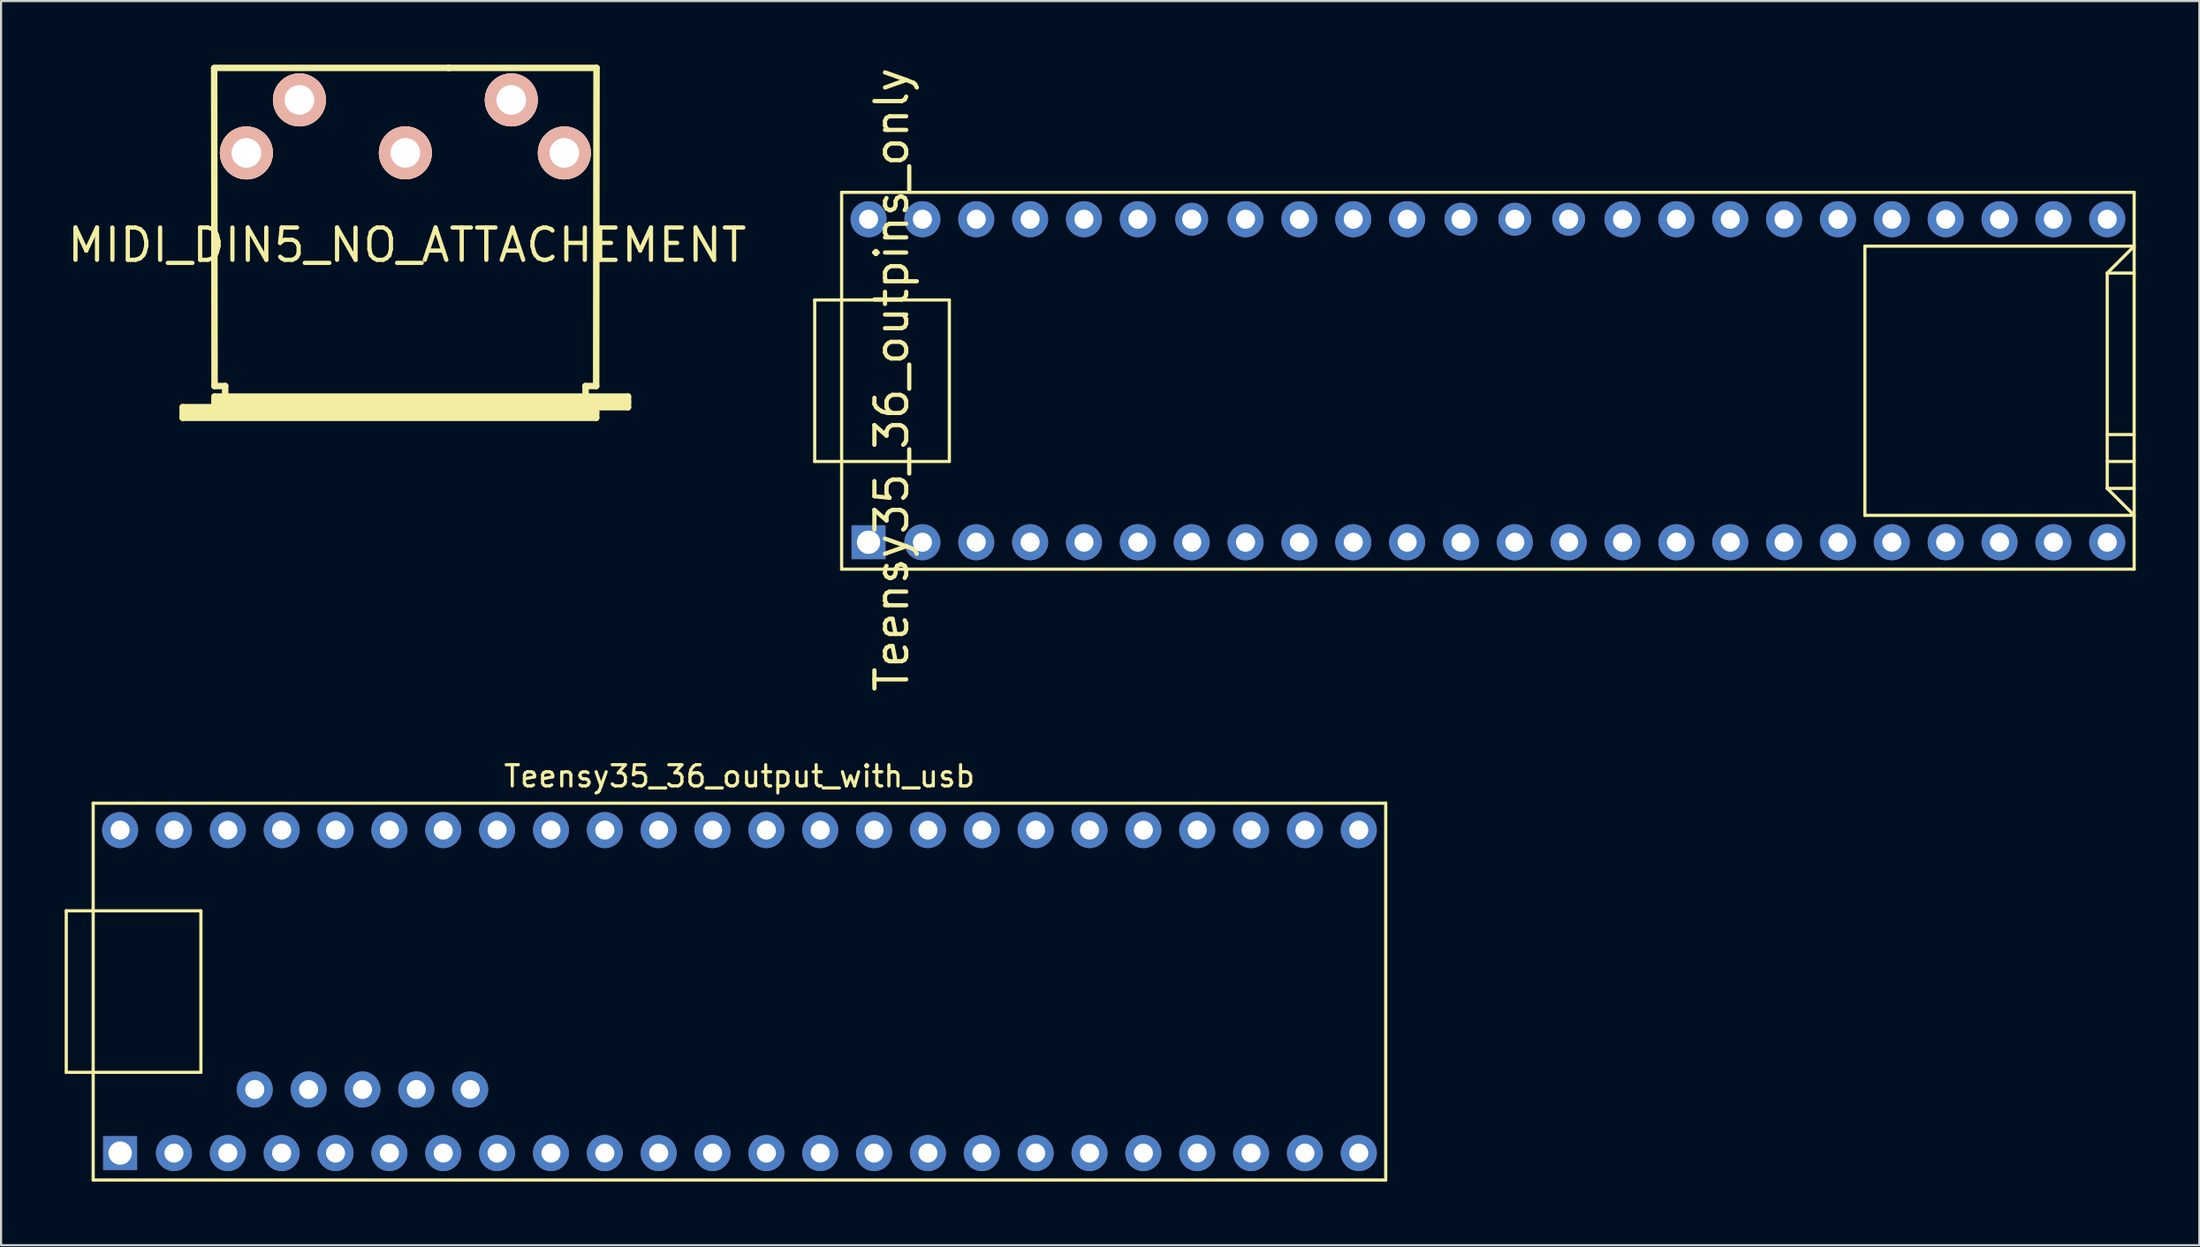
<source format=kicad_pcb>
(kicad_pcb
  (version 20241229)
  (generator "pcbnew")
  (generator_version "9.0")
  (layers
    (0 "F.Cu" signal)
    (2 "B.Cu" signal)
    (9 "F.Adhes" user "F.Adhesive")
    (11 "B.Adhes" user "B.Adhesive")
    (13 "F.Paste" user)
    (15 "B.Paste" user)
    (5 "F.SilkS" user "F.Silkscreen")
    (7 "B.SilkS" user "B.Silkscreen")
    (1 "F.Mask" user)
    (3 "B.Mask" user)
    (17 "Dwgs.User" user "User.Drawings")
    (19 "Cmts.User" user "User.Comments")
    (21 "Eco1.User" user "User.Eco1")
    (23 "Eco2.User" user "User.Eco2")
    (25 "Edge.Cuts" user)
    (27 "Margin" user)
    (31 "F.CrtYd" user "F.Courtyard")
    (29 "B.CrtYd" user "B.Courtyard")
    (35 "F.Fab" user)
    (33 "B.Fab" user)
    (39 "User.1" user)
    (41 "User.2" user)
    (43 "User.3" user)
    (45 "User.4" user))
  (footprint "MIDI_DIN5_NO_ATTACHEMENT"
    (layer "F.Cu")
    (at 16.068 7.163)
    (property "Reference" "MIDI_DIN5_NO_ATTACHEMENT" (at 0.081 1.351 0) (layer "F.SilkS") (effects (font (size 1.524 1.524) (thickness 0.2))))
    (attr through_hole)
    (fp_line (start -10.5 8.999) (end -8.999 8.999) (stroke (width 0.305) (type solid)) (layer "F.SilkS"))
    (fp_line (start -10.5 9.251) (end 8.999 9.251) (stroke (width 0.305) (type solid)) (layer "F.SilkS"))
    (fp_line (start -10.5 9.5) (end -10.5 8.999) (stroke (width 0.305) (type solid)) (layer "F.SilkS"))
    (fp_line (start -9.017 -7.01) (end 2.083 -7.01) (stroke (width 0.305) (type solid)) (layer "F.SilkS"))
    (fp_line (start -9.017 -6.985) (end -8.999 8.001) (stroke (width 0.305) (type solid)) (layer "F.SilkS"))
    (fp_line (start -8.999 8.001) (end -8.499 8.001) (stroke (width 0.305) (type solid)) (layer "F.SilkS"))
    (fp_line (start -8.999 8.499) (end 10.5 8.499) (stroke (width 0.305) (type solid)) (layer "F.SilkS"))
    (fp_line (start -8.999 8.75) (end 10.5 8.75) (stroke (width 0.305) (type solid)) (layer "F.SilkS"))
    (fp_line (start -8.999 8.999) (end -8.999 8.499) (stroke (width 0.305) (type solid)) (layer "F.SilkS"))
    (fp_line (start -8.499 8.001) (end -8.499 8.499) (stroke (width 0.305) (type solid)) (layer "F.SilkS"))
    (fp_line (start 8.499 8.499) (end 8.499 8.001) (stroke (width 0.305) (type solid)) (layer "F.SilkS"))
    (fp_line (start 8.999 8.001) (end 8.499 8.001) (stroke (width 0.305) (type solid)) (layer "F.SilkS"))
    (fp_line (start 8.999 8.999) (end -8.999 8.999) (stroke (width 0.305) (type solid)) (layer "F.SilkS"))
    (fp_line (start 8.999 8.999) (end 8.999 9.5) (stroke (width 0.305) (type solid)) (layer "F.SilkS"))
    (fp_line (start 8.999 9.5) (end -10.5 9.5) (stroke (width 0.305) (type solid)) (layer "F.SilkS"))
    (fp_line (start 9.017 -7.01) (end 2.032 -7.01) (stroke (width 0.305) (type solid)) (layer "F.SilkS"))
    (fp_line (start 9.017 -7.01) (end 8.999 8.001) (stroke (width 0.305) (type solid)) (layer "F.SilkS"))
    (fp_line (start 10.5 8.499) (end 10.5 8.999) (stroke (width 0.305) (type solid)) (layer "F.SilkS"))
    (fp_line (start 10.5 8.999) (end 8.999 8.999) (stroke (width 0.305) (type solid)) (layer "F.SilkS"))
    (pad "1" thru_hole circle (at 7.498 -2.997) (size 2.499 2.499) (drill 1.397) (layers "*.Cu" "*.SilkS" "*.Mask"))
    (pad "2" thru_hole circle (at 0 -3) (size 2.499 2.499) (drill 1.397) (layers "*.Cu" "*.SilkS" "*.Mask"))
    (pad "3" thru_hole circle (at -7.498 -2.997) (size 2.499 2.499) (drill 1.397) (layers "*.Cu" "*.SilkS" "*.Mask"))
    (pad "4" thru_hole circle (at 4.996 -5.499) (size 2.499 2.499) (drill 1.397) (layers "*.Cu" "*.SilkS" "*.Mask"))
    (pad "5" thru_hole circle (at -4.996 -5.499) (size 2.499 2.499) (drill 1.397) (layers "*.Cu" "*.SilkS" "*.Mask")))
  (footprint "Teensy35_36_outpins_only"
    (layer "F.Cu")
    (at 67.124 14.915)
    (property "Reference" "Teensy35_36_outpins_only" (at -28.118 -0.051 90) (layer "F.SilkS") (effects (font (size 1.5 1.5) (thickness 0.2))))
    (attr through_hole)
    (fp_line (start -31.75 -3.81) (end -30.48 -3.81) (stroke (width 0.15) (type solid)) (layer "F.SilkS"))
    (fp_line (start -31.75 3.81) (end -31.75 -3.81) (stroke (width 0.15) (type solid)) (layer "F.SilkS"))
    (fp_line (start -30.48 3.81) (end -31.75 3.81) (stroke (width 0.15) (type solid)) (layer "F.SilkS"))
    (fp_line (start -30.48 8.89) (end -30.48 -8.89) (stroke (width 0.15) (type solid)) (layer "F.SilkS"))
    (fp_line (start -30.48 8.89) (end 30.48 8.89) (stroke (width 0.15) (type solid)) (layer "F.SilkS"))
    (fp_line (start -25.4 -3.81) (end -30.48 -3.81) (stroke (width 0.15) (type solid)) (layer "F.SilkS"))
    (fp_line (start -25.4 3.81) (end -30.48 3.81) (stroke (width 0.15) (type solid)) (layer "F.SilkS"))
    (fp_line (start -25.4 3.81) (end -25.4 -3.81) (stroke (width 0.15) (type solid)) (layer "F.SilkS"))
    (fp_line (start 17.78 -6.35) (end 17.78 6.35) (stroke (width 0.15) (type solid)) (layer "F.SilkS"))
    (fp_line (start 17.78 6.35) (end 30.48 6.35) (stroke (width 0.15) (type solid)) (layer "F.SilkS"))
    (fp_line (start 29.21 -5.08) (end 30.48 -6.35) (stroke (width 0.15) (type solid)) (layer "F.SilkS"))
    (fp_line (start 29.21 -5.08) (end 30.48 -5.08) (stroke (width 0.15) (type solid)) (layer "F.SilkS"))
    (fp_line (start 29.21 2.54) (end 30.48 2.54) (stroke (width 0.15) (type solid)) (layer "F.SilkS"))
    (fp_line (start 29.21 3.81) (end 30.48 3.81) (stroke (width 0.15) (type solid)) (layer "F.SilkS"))
    (fp_line (start 29.21 5.08) (end 29.21 -5.08) (stroke (width 0.15) (type solid)) (layer "F.SilkS"))
    (fp_line (start 29.21 5.08) (end 30.48 5.08) (stroke (width 0.15) (type solid)) (layer "F.SilkS"))
    (fp_line (start 30.48 -8.89) (end -30.48 -8.89) (stroke (width 0.15) (type solid)) (layer "F.SilkS"))
    (fp_line (start 30.48 -8.89) (end 30.48 8.89) (stroke (width 0.15) (type solid)) (layer "F.SilkS"))
    (fp_line (start 30.48 -6.35) (end 17.78 -6.35) (stroke (width 0.15) (type solid)) (layer "F.SilkS"))
    (fp_line (start 30.48 6.35) (end 29.21 5.08) (stroke (width 0.15) (type solid)) (layer "F.SilkS"))
    (pad "1" thru_hole rect (at -29.21 7.62) (size 1.6 1.6) (drill 1.1) (layers "*.Cu" "*.Mask"))
    (pad "2" thru_hole circle (at -26.67 7.62) (size 1.7 1.7) (drill 0.9) (layers "*.Cu" "*.Mask"))
    (pad "3" thru_hole circle (at -24.13 7.62) (size 1.7 1.7) (drill 0.9) (layers "*.Cu" "*.Mask"))
    (pad "4" thru_hole circle (at -21.59 7.62) (size 1.7 1.7) (drill 0.9) (layers "*.Cu" "*.Mask"))
    (pad "5" thru_hole circle (at -19.05 7.62) (size 1.7 1.7) (drill 0.9) (layers "*.Cu" "*.Mask"))
    (pad "6" thru_hole circle (at -16.51 7.62) (size 1.7 1.7) (drill 0.9) (layers "*.Cu" "*.Mask"))
    (pad "7" thru_hole circle (at -13.97 7.62) (size 1.7 1.7) (drill 0.9) (layers "*.Cu" "*.Mask"))
    (pad "8" thru_hole circle (at -11.43 7.62) (size 1.7 1.7) (drill 0.9) (layers "*.Cu" "*.Mask"))
    (pad "9" thru_hole circle (at -8.89 7.62) (size 1.7 1.7) (drill 0.9) (layers "*.Cu" "*.Mask"))
    (pad "10" thru_hole circle (at -6.35 7.62) (size 1.7 1.7) (drill 0.9) (layers "*.Cu" "*.Mask"))
    (pad "11" thru_hole circle (at -3.81 7.62) (size 1.7 1.7) (drill 0.9) (layers "*.Cu" "*.Mask"))
    (pad "12" thru_hole circle (at -1.27 7.62) (size 1.7 1.7) (drill 0.9) (layers "*.Cu" "*.Mask"))
    (pad "13" thru_hole circle (at 1.27 7.62) (size 1.7 1.7) (drill 0.9) (layers "*.Cu" "*.Mask"))
    (pad "14" thru_hole circle (at 3.81 7.62) (size 1.7 1.7) (drill 0.9) (layers "*.Cu" "*.Mask"))
    (pad "15" thru_hole circle (at 6.35 7.62) (size 1.7 1.7) (drill 0.9) (layers "*.Cu" "*.Mask"))
    (pad "16" thru_hole circle (at 8.89 7.62) (size 1.7 1.7) (drill 0.9) (layers "*.Cu" "*.Mask"))
    (pad "17" thru_hole circle (at 11.43 7.62) (size 1.7 1.7) (drill 0.9) (layers "*.Cu" "*.Mask"))
    (pad "18" thru_hole circle (at 13.97 7.62) (size 1.7 1.7) (drill 0.9) (layers "*.Cu" "*.Mask"))
    (pad "19" thru_hole circle (at 16.51 7.62) (size 1.7 1.7) (drill 0.9) (layers "*.Cu" "*.Mask"))
    (pad "20" thru_hole circle (at 19.05 7.62) (size 1.7 1.7) (drill 0.9) (layers "*.Cu" "*.Mask"))
    (pad "21" thru_hole circle (at 21.59 7.62) (size 1.7 1.7) (drill 0.9) (layers "*.Cu" "*.Mask"))
    (pad "22" thru_hole circle (at 24.13 7.62) (size 1.7 1.7) (drill 0.9) (layers "*.Cu" "*.Mask"))
    (pad "23" thru_hole circle (at 26.67 7.62) (size 1.7 1.7) (drill 0.9) (layers "*.Cu" "*.Mask"))
    (pad "24" thru_hole circle (at 29.21 7.62) (size 1.7 1.7) (drill 0.9) (layers "*.Cu" "*.Mask"))
    (pad "30" thru_hole circle (at 29.21 -7.62) (size 1.7 1.7) (drill 0.9) (layers "*.Cu" "*.Mask"))
    (pad "31" thru_hole circle (at 26.67 -7.62) (size 1.7 1.7) (drill 0.9) (layers "*.Cu" "*.Mask"))
    (pad "32" thru_hole circle (at 24.13 -7.62) (size 1.7 1.7) (drill 0.9) (layers "*.Cu" "*.Mask"))
    (pad "33" thru_hole circle (at 21.59 -7.62) (size 1.7 1.7) (drill 0.9) (layers "*.Cu" "*.Mask"))
    (pad "34" thru_hole circle (at 19.05 -7.62) (size 1.7 1.7) (drill 0.9) (layers "*.Cu" "*.Mask"))
    (pad "35" thru_hole circle (at 16.51 -7.62) (size 1.7 1.7) (drill 0.9) (layers "*.Cu" "*.Mask"))
    (pad "36" thru_hole circle (at 13.97 -7.62) (size 1.7 1.7) (drill 0.9) (layers "*.Cu" "*.Mask"))
    (pad "37" thru_hole circle (at 11.43 -7.62) (size 1.7 1.7) (drill 0.9) (layers "*.Cu" "*.Mask"))
    (pad "38" thru_hole circle (at 8.89 -7.62) (size 1.7 1.7) (drill 0.9) (layers "*.Cu" "*.Mask"))
    (pad "39" thru_hole circle (at 6.35 -7.62) (size 1.7 1.7) (drill 0.9) (layers "*.Cu" "*.Mask"))
    (pad "40" thru_hole circle (at 3.81 -7.62) (size 1.55 1.55) (drill 0.9) (layers "*.Cu" "*.Mask"))
    (pad "41" thru_hole circle (at 1.27 -7.62) (size 1.55 1.55) (drill 0.9) (layers "*.Cu" "*.Mask"))
    (pad "42" thru_hole circle (at -1.27 -7.62) (size 1.55 1.55) (drill 0.9) (layers "*.Cu" "*.Mask"))
    (pad "43" thru_hole circle (at -3.81 -7.62) (size 1.7 1.7) (drill 0.9) (layers "*.Cu" "*.Mask"))
    (pad "44" thru_hole circle (at -6.35 -7.62) (size 1.7 1.7) (drill 0.9) (layers "*.Cu" "*.Mask"))
    (pad "45" thru_hole circle (at -8.89 -7.62) (size 1.7 1.7) (drill 0.9) (layers "*.Cu" "*.Mask"))
    (pad "46" thru_hole circle (at -11.43 -7.62) (size 1.7 1.7) (drill 0.9) (layers "*.Cu" "*.Mask"))
    (pad "47" thru_hole circle (at -13.97 -7.62) (size 1.55 1.55) (drill 0.9) (layers "*.Cu" "*.Mask"))
    (pad "48" thru_hole circle (at -16.51 -7.62) (size 1.7 1.7) (drill 0.9) (layers "*.Cu" "*.Mask"))
    (pad "49" thru_hole circle (at -19.05 -7.62) (size 1.7 1.7) (drill 0.9) (layers "*.Cu" "*.Mask"))
    (pad "50" thru_hole circle (at -21.59 -7.62) (size 1.7 1.7) (drill 0.9) (layers "*.Cu" "*.Mask"))
    (pad "51" thru_hole circle (at -24.13 -7.62) (size 1.7 1.7) (drill 0.9) (layers "*.Cu" "*.Mask"))
    (pad "52" thru_hole circle (at -26.67 -7.62) (size 1.7 1.7) (drill 0.9) (layers "*.Cu" "*.Mask"))
    (pad "53" thru_hole circle (at -29.21 -7.62) (size 1.7 1.7) (drill 0.9) (layers "*.Cu" "*.Mask")))
  (footprint "Teensy35_36_output_with_usb"
    (layer "F.Cu")
    (at 31.825 43.737)
    (property "Reference" "Teensy35_36_output_with_usb" (at 0 -10.16 0) (layer "F.SilkS") (effects (font (size 1 1) (thickness 0.15))))
    (attr through_hole)
    (fp_line (start -31.75 -3.81) (end -30.48 -3.81) (stroke (width 0.15) (type solid)) (layer "F.SilkS"))
    (fp_line (start -31.75 3.81) (end -31.75 -3.81) (stroke (width 0.15) (type solid)) (layer "F.SilkS"))
    (fp_line (start -30.48 3.81) (end -31.75 3.81) (stroke (width 0.15) (type solid)) (layer "F.SilkS"))
    (fp_line (start -30.48 8.89) (end -30.48 -8.89) (stroke (width 0.15) (type solid)) (layer "F.SilkS"))
    (fp_line (start -30.48 8.89) (end 30.48 8.89) (stroke (width 0.15) (type solid)) (layer "F.SilkS"))
    (fp_line (start -25.4 -3.81) (end -30.48 -3.81) (stroke (width 0.15) (type solid)) (layer "F.SilkS"))
    (fp_line (start -25.4 3.81) (end -30.48 3.81) (stroke (width 0.15) (type solid)) (layer "F.SilkS"))
    (fp_line (start -25.4 3.81) (end -25.4 -3.81) (stroke (width 0.15) (type solid)) (layer "F.SilkS"))
    (fp_line (start 30.48 -8.89) (end -30.48 -8.89) (stroke (width 0.15) (type solid)) (layer "F.SilkS"))
    (fp_line (start 30.48 -8.89) (end 30.48 8.89) (stroke (width 0.15) (type solid)) (layer "F.SilkS"))
    (pad "1" thru_hole rect (at -29.21 7.62) (size 1.6 1.6) (drill 1.1) (layers "*.Cu" "*.Mask"))
    (pad "2" thru_hole circle (at -26.67 7.62) (size 1.7 1.7) (drill 0.9) (layers "*.Cu" "*.Mask"))
    (pad "3" thru_hole circle (at -24.13 7.62) (size 1.7 1.7) (drill 0.9) (layers "*.Cu" "*.Mask"))
    (pad "4" thru_hole circle (at -21.59 7.62) (size 1.7 1.7) (drill 0.9) (layers "*.Cu" "*.Mask"))
    (pad "5" thru_hole circle (at -19.05 7.62) (size 1.7 1.7) (drill 0.9) (layers "*.Cu" "*.Mask"))
    (pad "6" thru_hole circle (at -16.51 7.62) (size 1.7 1.7) (drill 0.9) (layers "*.Cu" "*.Mask"))
    (pad "7" thru_hole circle (at -13.97 7.62) (size 1.7 1.7) (drill 0.9) (layers "*.Cu" "*.Mask"))
    (pad "8" thru_hole circle (at -11.43 7.62) (size 1.7 1.7) (drill 0.9) (layers "*.Cu" "*.Mask"))
    (pad "9" thru_hole circle (at -8.89 7.62) (size 1.7 1.7) (drill 0.9) (layers "*.Cu" "*.Mask"))
    (pad "10" thru_hole circle (at -6.35 7.62) (size 1.7 1.7) (drill 0.9) (layers "*.Cu" "*.Mask"))
    (pad "11" thru_hole circle (at -3.81 7.62) (size 1.7 1.7) (drill 0.9) (layers "*.Cu" "*.Mask"))
    (pad "12" thru_hole circle (at -1.27 7.62) (size 1.7 1.7) (drill 0.9) (layers "*.Cu" "*.Mask"))
    (pad "13" thru_hole circle (at 1.27 7.62) (size 1.7 1.7) (drill 0.9) (layers "*.Cu" "*.Mask"))
    (pad "14" thru_hole circle (at 3.81 7.62) (size 1.7 1.7) (drill 0.9) (layers "*.Cu" "*.Mask"))
    (pad "15" thru_hole circle (at 6.35 7.62) (size 1.7 1.7) (drill 0.9) (layers "*.Cu" "*.Mask"))
    (pad "16" thru_hole circle (at 8.89 7.62) (size 1.7 1.7) (drill 0.9) (layers "*.Cu" "*.Mask"))
    (pad "17" thru_hole circle (at 11.43 7.62) (size 1.7 1.7) (drill 0.9) (layers "*.Cu" "*.Mask"))
    (pad "18" thru_hole circle (at 13.97 7.62) (size 1.7 1.7) (drill 0.9) (layers "*.Cu" "*.Mask"))
    (pad "19" thru_hole circle (at 16.51 7.62) (size 1.7 1.7) (drill 0.9) (layers "*.Cu" "*.Mask"))
    (pad "20" thru_hole circle (at 19.05 7.62) (size 1.7 1.7) (drill 0.9) (layers "*.Cu" "*.Mask"))
    (pad "21" thru_hole circle (at 21.59 7.62) (size 1.7 1.7) (drill 0.9) (layers "*.Cu" "*.Mask"))
    (pad "22" thru_hole circle (at 24.13 7.62) (size 1.7 1.7) (drill 0.9) (layers "*.Cu" "*.Mask"))
    (pad "23" thru_hole circle (at 26.67 7.62) (size 1.7 1.7) (drill 0.9) (layers "*.Cu" "*.Mask"))
    (pad "24" thru_hole circle (at 29.21 7.62) (size 1.7 1.7) (drill 0.9) (layers "*.Cu" "*.Mask"))
    (pad "30" thru_hole circle (at 29.21 -7.62) (size 1.7 1.7) (drill 0.9) (layers "*.Cu" "*.Mask"))
    (pad "31" thru_hole circle (at 26.67 -7.62) (size 1.7 1.7) (drill 0.9) (layers "*.Cu" "*.Mask"))
    (pad "32" thru_hole circle (at 24.13 -7.62) (size 1.7 1.7) (drill 0.9) (layers "*.Cu" "*.Mask"))
    (pad "33" thru_hole circle (at 21.59 -7.62) (size 1.7 1.7) (drill 0.9) (layers "*.Cu" "*.Mask"))
    (pad "34" thru_hole circle (at 19.05 -7.62) (size 1.7 1.7) (drill 0.9) (layers "*.Cu" "*.Mask"))
    (pad "35" thru_hole circle (at 16.51 -7.62) (size 1.7 1.7) (drill 0.9) (layers "*.Cu" "*.Mask"))
    (pad "36" thru_hole circle (at 13.97 -7.62) (size 1.7 1.7) (drill 0.9) (layers "*.Cu" "*.Mask"))
    (pad "37" thru_hole circle (at 11.43 -7.62) (size 1.7 1.7) (drill 0.9) (layers "*.Cu" "*.Mask"))
    (pad "38" thru_hole circle (at 8.89 -7.62) (size 1.7 1.7) (drill 0.9) (layers "*.Cu" "*.Mask"))
    (pad "39" thru_hole circle (at 6.35 -7.62) (size 1.7 1.7) (drill 0.9) (layers "*.Cu" "*.Mask"))
    (pad "40" thru_hole circle (at 3.81 -7.62) (size 1.7 1.7) (drill 0.9) (layers "*.Cu" "*.Mask"))
    (pad "41" thru_hole circle (at 1.27 -7.62) (size 1.7 1.7) (drill 0.9) (layers "*.Cu" "*.Mask"))
    (pad "42" thru_hole circle (at -1.27 -7.62) (size 1.7 1.7) (drill 0.9) (layers "*.Cu" "*.Mask"))
    (pad "43" thru_hole circle (at -3.81 -7.62) (size 1.7 1.7) (drill 0.9) (layers "*.Cu" "*.Mask"))
    (pad "44" thru_hole circle (at -6.35 -7.62) (size 1.7 1.7) (drill 0.9) (layers "*.Cu" "*.Mask"))
    (pad "45" thru_hole circle (at -8.89 -7.62) (size 1.7 1.7) (drill 0.9) (layers "*.Cu" "*.Mask"))
    (pad "46" thru_hole circle (at -11.43 -7.62) (size 1.7 1.7) (drill 0.9) (layers "*.Cu" "*.Mask"))
    (pad "47" thru_hole circle (at -13.97 -7.62) (size 1.7 1.7) (drill 0.9) (layers "*.Cu" "*.Mask"))
    (pad "48" thru_hole circle (at -16.51 -7.62) (size 1.7 1.7) (drill 0.9) (layers "*.Cu" "*.Mask"))
    (pad "49" thru_hole circle (at -19.05 -7.62) (size 1.7 1.7) (drill 0.9) (layers "*.Cu" "*.Mask"))
    (pad "50" thru_hole circle (at -21.59 -7.62) (size 1.7 1.7) (drill 0.9) (layers "*.Cu" "*.Mask"))
    (pad "51" thru_hole circle (at -24.13 -7.62) (size 1.7 1.7) (drill 0.9) (layers "*.Cu" "*.Mask"))
    (pad "52" thru_hole circle (at -26.67 -7.62) (size 1.7 1.7) (drill 0.9) (layers "*.Cu" "*.Mask"))
    (pad "53" thru_hole circle (at -29.21 -7.62) (size 1.7 1.7) (drill 0.9) (layers "*.Cu" "*.Mask"))
    (pad "58" thru_hole circle (at -22.86 4.62) (size 1.7 1.7) (drill 0.9) (layers "*.Cu" "*.Mask"))
    (pad "59" thru_hole circle (at -20.32 4.62) (size 1.7 1.7) (drill 0.9) (layers "*.Cu" "*.Mask"))
    (pad "60" thru_hole circle (at -17.78 4.62) (size 1.7 1.7) (drill 0.9) (layers "*.Cu" "*.Mask"))
    (pad "61" thru_hole circle (at -15.24 4.62) (size 1.7 1.7) (drill 0.9) (layers "*.Cu" "*.Mask"))
    (pad "62" thru_hole circle (at -12.7 4.62) (size 1.7 1.7) (drill 0.9) (layers "*.Cu" "*.Mask")))
  (gr_rect
    (start -3 -3)
    (end 100.679 55.702)
    (stroke (width 0.1) (type default))
    (fill no)
    (layer "Edge.Cuts")))
</source>
